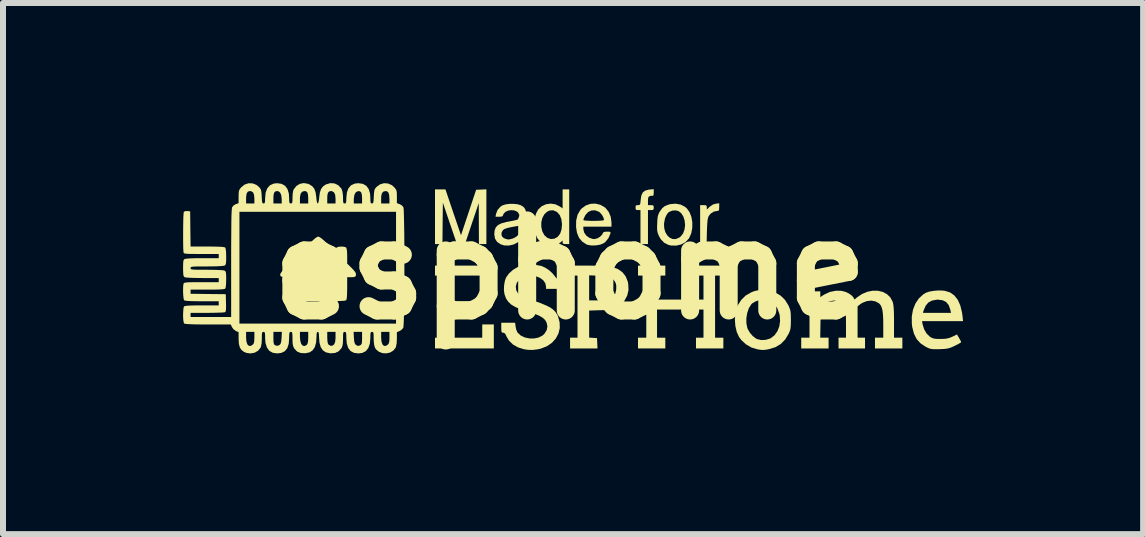
<source format=kicad_pcb>
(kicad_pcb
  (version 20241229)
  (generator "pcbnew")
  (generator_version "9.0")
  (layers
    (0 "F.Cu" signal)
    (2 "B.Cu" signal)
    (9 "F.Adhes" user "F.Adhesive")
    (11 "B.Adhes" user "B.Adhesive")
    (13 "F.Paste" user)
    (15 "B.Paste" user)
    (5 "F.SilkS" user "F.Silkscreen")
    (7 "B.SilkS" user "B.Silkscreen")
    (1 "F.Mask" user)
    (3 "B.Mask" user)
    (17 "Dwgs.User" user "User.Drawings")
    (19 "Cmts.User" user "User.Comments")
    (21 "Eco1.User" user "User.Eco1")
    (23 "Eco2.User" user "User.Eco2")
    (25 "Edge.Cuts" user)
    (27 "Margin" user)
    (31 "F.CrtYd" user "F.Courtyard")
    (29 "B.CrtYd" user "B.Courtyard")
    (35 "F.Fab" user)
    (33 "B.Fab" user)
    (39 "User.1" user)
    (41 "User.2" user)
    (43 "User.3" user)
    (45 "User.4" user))
  (footprint "esphome"
    (layer "F.Cu")
    (at 6.447 1.444)
    (property "Reference" "esphome" (at 0 0 0) (layer "F.SilkS") (effects (font (size 1.5 1.5) (thickness 0.3))))
    (attr board_only exclude_from_pos_files exclude_from_bom)
    (fp_poly (pts (xy -1.394 -0.884) (xy -1.394 -0.428) (xy -1.456 -0.428) (xy -1.518 -0.428) (xy -1.52 -0.77) (xy -1.521 -1.111) (xy -1.635 -0.773) (xy -1.748 -0.435) (xy -1.816 -0.431) (xy -1.884 -0.427) (xy -2.002 -0.772) (xy -2.119 -1.118) (xy -2.123 -0.773) (xy -2.126 -0.428) (xy -2.188 -0.428) (xy -2.25 -0.428) (xy -2.25 -0.883) (xy -2.25 -1.339) (xy -2.163 -1.339) (xy -2.076 -1.339) (xy -1.947 -0.957) (xy -1.817 -0.575) (xy -1.691 -0.953) (xy -1.565 -1.332) (xy -1.479 -1.336) (xy -1.394 -1.34)) (stroke (width 0) (type solid)) (fill yes) (layer "F.SilkS"))
    (fp_poly (pts (xy 2.485 -1.044) (xy 2.483 -1.005) (xy 2.477 -0.986) (xy 2.461 -0.98) (xy 2.45 -0.98) (xy 2.393 -0.968) (xy 2.341 -0.934) (xy 2.31 -0.894) (xy 2.3 -0.869) (xy 2.292 -0.835) (xy 2.287 -0.786) (xy 2.283 -0.719) (xy 2.28 -0.638) (xy 2.275 -0.428) (xy 2.221 -0.428) (xy 2.167 -0.428) (xy 2.167 -0.752) (xy 2.167 -1.077) (xy 2.223 -1.077) (xy 2.258 -1.075) (xy 2.274 -1.066) (xy 2.278 -1.045) (xy 2.278 -1.04) (xy 2.278 -1.002) (xy 2.324 -1.048) (xy 2.381 -1.087) (xy 2.428 -1.1) (xy 2.485 -1.108)) (stroke (width 0) (type solid)) (fill yes) (layer "F.SilkS"))
    (fp_poly (pts (xy -1.27 0.131) (xy -1.27 0.331) (xy -1.367 0.331) (xy -1.463 0.331) (xy -1.463 0.214) (xy -1.463 0.097) (xy -1.698 0.097) (xy -1.933 0.097) (xy -1.933 0.311) (xy -1.933 0.525) (xy -1.726 0.525) (xy -1.518 0.525) (xy -1.518 0.607) (xy -1.518 0.69) (xy -1.726 0.69) (xy -1.933 0.69) (xy -1.933 0.911) (xy -1.933 1.132) (xy -1.698 1.132) (xy -1.463 1.132) (xy -1.463 1.022) (xy -1.463 0.911) (xy -1.367 0.911) (xy -1.27 0.911) (xy -1.27 1.111) (xy -1.27 1.311) (xy -1.76 1.311) (xy -2.25 1.311) (xy -2.25 1.222) (xy -2.25 1.132) (xy -2.188 1.132) (xy -2.126 1.132) (xy -2.126 0.614) (xy -2.126 0.097) (xy -2.188 0.097) (xy -2.25 0.097) (xy -2.25 0.014) (xy -2.25 -0.069) (xy -1.76 -0.069) (xy -1.27 -0.069)) (stroke (width 0) (type solid)) (fill yes) (layer "F.SilkS"))
    (fp_poly (pts (xy 1.394 -1.284) (xy 1.391 -1.246) (xy 1.382 -1.232) (xy 1.377 -1.232) (xy 1.351 -1.233) (xy 1.329 -1.227) (xy 1.31 -1.216) (xy 1.301 -1.196) (xy 1.298 -1.158) (xy 1.298 -1.146) (xy 1.298 -1.077) (xy 1.346 -1.077) (xy 1.378 -1.074) (xy 1.392 -1.063) (xy 1.394 -1.035) (xy 1.392 -1.008) (xy 1.378 -0.996) (xy 1.346 -0.994) (xy 1.298 -0.994) (xy 1.298 -0.711) (xy 1.298 -0.428) (xy 1.235 -0.428) (xy 1.173 -0.428) (xy 1.173 -0.711) (xy 1.173 -0.994) (xy 1.132 -0.994) (xy 1.103 -0.997) (xy 1.092 -1.013) (xy 1.091 -1.035) (xy 1.094 -1.065) (xy 1.11 -1.076) (xy 1.13 -1.077) (xy 1.151 -1.078) (xy 1.164 -1.086) (xy 1.171 -1.107) (xy 1.175 -1.147) (xy 1.177 -1.168) (xy 1.188 -1.239) (xy 1.212 -1.288) (xy 1.251 -1.318) (xy 1.308 -1.334) (xy 1.324 -1.336) (xy 1.394 -1.343)) (stroke (width 0) (type solid)) (fill yes) (layer "F.SilkS"))
    (fp_poly (pts (xy -0.014 -0.883) (xy -0.014 -0.428) (xy -0.069 -0.428) (xy -0.105 -0.43) (xy -0.121 -0.439) (xy -0.124 -0.458) (xy -0.124 -0.488) (xy -0.155 -0.459) (xy -0.216 -0.42) (xy -0.289 -0.402) (xy -0.367 -0.405) (xy -0.436 -0.427) (xy -0.5 -0.468) (xy -0.547 -0.529) (xy -0.581 -0.61) (xy -0.601 -0.712) (xy -0.601 -0.715) (xy -0.479 -0.715) (xy -0.463 -0.641) (xy -0.429 -0.577) (xy -0.426 -0.574) (xy -0.378 -0.531) (xy -0.321 -0.512) (xy -0.263 -0.517) (xy -0.209 -0.546) (xy -0.166 -0.599) (xy -0.142 -0.671) (xy -0.134 -0.761) (xy -0.145 -0.843) (xy -0.172 -0.911) (xy -0.215 -0.96) (xy -0.227 -0.968) (xy -0.283 -0.991) (xy -0.339 -0.987) (xy -0.382 -0.967) (xy -0.429 -0.923) (xy -0.462 -0.862) (xy -0.479 -0.79) (xy -0.479 -0.715) (xy -0.601 -0.715) (xy -0.602 -0.783) (xy -0.589 -0.862) (xy -0.566 -0.937) (xy -0.535 -0.997) (xy -0.53 -1.004) (xy -0.473 -1.058) (xy -0.402 -1.091) (xy -0.324 -1.102) (xy -0.246 -1.091) (xy -0.174 -1.056) (xy -0.124 -1.022) (xy -0.124 -1.181) (xy -0.124 -1.339) (xy -0.069 -1.339) (xy -0.014 -1.339)) (stroke (width 0) (type solid)) (fill yes) (layer "F.SilkS"))
    (fp_poly (pts (xy 1.587 0.014) (xy 1.587 0.097) (xy 1.518 0.097) (xy 1.449 0.097) (xy 1.449 0.297) (xy 1.449 0.497) (xy 1.836 0.497) (xy 2.223 0.497) (xy 2.223 0.297) (xy 2.223 0.097) (xy 2.16 0.097) (xy 2.098 0.097) (xy 2.098 0.014) (xy 2.098 -0.069) (xy 2.326 -0.069) (xy 2.554 -0.069) (xy 2.554 0.014) (xy 2.554 0.097) (xy 2.485 0.097) (xy 2.416 0.097) (xy 2.416 0.614) (xy 2.416 1.132) (xy 2.485 1.132) (xy 2.554 1.132) (xy 2.554 1.222) (xy 2.554 1.311) (xy 2.326 1.311) (xy 2.098 1.311) (xy 2.098 1.222) (xy 2.098 1.132) (xy 2.16 1.132) (xy 2.223 1.132) (xy 2.223 0.897) (xy 2.223 0.663) (xy 1.836 0.663) (xy 1.449 0.663) (xy 1.449 0.897) (xy 1.449 1.132) (xy 1.518 1.132) (xy 1.587 1.132) (xy 1.587 1.222) (xy 1.587 1.311) (xy 1.36 1.311) (xy 1.132 1.311) (xy 1.132 1.222) (xy 1.132 1.132) (xy 1.201 1.132) (xy 1.27 1.132) (xy 1.27 0.614) (xy 1.27 0.097) (xy 1.201 0.097) (xy 1.132 0.097) (xy 1.132 0.014) (xy 1.132 -0.069) (xy 1.36 -0.069) (xy 1.587 -0.069)) (stroke (width 0) (type solid)) (fill yes) (layer "F.SilkS"))
    (fp_poly (pts (xy 1.841 -1.086) (xy 1.914 -1.049) (xy 1.945 -1.023) (xy 1.991 -0.959) (xy 2.022 -0.879) (xy 2.037 -0.789) (xy 2.036 -0.696) (xy 2.019 -0.607) (xy 1.985 -0.53) (xy 1.977 -0.518) (xy 1.922 -0.46) (xy 1.85 -0.421) (xy 1.768 -0.402) (xy 1.681 -0.404) (xy 1.64 -0.414) (xy 1.569 -0.449) (xy 1.512 -0.508) (xy 1.481 -0.562) (xy 1.464 -0.601) (xy 1.455 -0.636) (xy 1.45 -0.675) (xy 1.45 -0.728) (xy 1.452 -0.765) (xy 1.565 -0.765) (xy 1.569 -0.692) (xy 1.587 -0.627) (xy 1.619 -0.573) (xy 1.66 -0.534) (xy 1.708 -0.512) (xy 1.76 -0.511) (xy 1.815 -0.533) (xy 1.842 -0.553) (xy 1.883 -0.605) (xy 1.907 -0.671) (xy 1.916 -0.744) (xy 1.909 -0.818) (xy 1.888 -0.886) (xy 1.852 -0.942) (xy 1.808 -0.977) (xy 1.759 -0.989) (xy 1.703 -0.985) (xy 1.652 -0.964) (xy 1.634 -0.951) (xy 1.611 -0.919) (xy 1.589 -0.874) (xy 1.579 -0.845) (xy 1.565 -0.765) (xy 1.452 -0.765) (xy 1.452 -0.771) (xy 1.455 -0.838) (xy 1.461 -0.886) (xy 1.471 -0.922) (xy 1.487 -0.956) (xy 1.494 -0.968) (xy 1.534 -1.024) (xy 1.579 -1.061) (xy 1.64 -1.085) (xy 1.67 -1.093) (xy 1.758 -1.101)) (stroke (width 0) (type solid)) (fill yes) (layer "F.SilkS"))
    (fp_poly (pts (xy 0.422 -0.068) (xy 0.513 -0.067) (xy 0.584 -0.063) (xy 0.638 -0.058) (xy 0.681 -0.052) (xy 0.698 -0.048) (xy 0.796 -0.012) (xy 0.871 0.04) (xy 0.926 0.109) (xy 0.961 0.196) (xy 0.969 0.237) (xy 0.974 0.338) (xy 0.952 0.431) (xy 0.907 0.514) (xy 0.838 0.583) (xy 0.763 0.63) (xy 0.728 0.646) (xy 0.695 0.658) (xy 0.659 0.665) (xy 0.612 0.67) (xy 0.548 0.673) (xy 0.501 0.674) (xy 0.318 0.68) (xy 0.318 0.905) (xy 0.318 1.13) (xy 0.383 1.135) (xy 0.449 1.139) (xy 0.453 1.225) (xy 0.457 1.311) (xy 0.228 1.311) (xy 0 1.311) (xy 0 1.222) (xy 0 1.132) (xy 0.062 1.132) (xy 0.124 1.132) (xy 0.124 0.614) (xy 0.124 0.097) (xy 0.062 0.097) (xy 0 0.097) (xy 0 0.093) (xy 0.318 0.093) (xy 0.318 0.302) (xy 0.318 0.511) (xy 0.47 0.511) (xy 0.557 0.509) (xy 0.619 0.503) (xy 0.657 0.493) (xy 0.66 0.491) (xy 0.718 0.451) (xy 0.753 0.4) (xy 0.769 0.332) (xy 0.769 0.321) (xy 0.77 0.266) (xy 0.761 0.225) (xy 0.747 0.197) (xy 0.719 0.161) (xy 0.684 0.135) (xy 0.637 0.117) (xy 0.573 0.106) (xy 0.488 0.1) (xy 0.473 0.099) (xy 0.318 0.093) (xy 0 0.093) (xy 0 0.014) (xy 0 -0.069) (xy 0.308 -0.069)) (stroke (width 0) (type solid)) (fill yes) (layer "F.SilkS"))
    (fp_poly (pts (xy 0.503 -1.083) (xy 0.578 -1.04) (xy 0.594 -1.026) (xy 0.644 -0.963) (xy 0.677 -0.883) (xy 0.69 -0.791) (xy 0.69 -0.777) (xy 0.69 -0.718) (xy 0.456 -0.718) (xy 0.221 -0.718) (xy 0.221 -0.68) (xy 0.234 -0.622) (xy 0.268 -0.571) (xy 0.319 -0.533) (xy 0.38 -0.513) (xy 0.405 -0.511) (xy 0.453 -0.522) (xy 0.499 -0.549) (xy 0.535 -0.586) (xy 0.545 -0.608) (xy 0.557 -0.625) (xy 0.582 -0.633) (xy 0.617 -0.635) (xy 0.655 -0.634) (xy 0.672 -0.628) (xy 0.674 -0.613) (xy 0.67 -0.597) (xy 0.64 -0.527) (xy 0.592 -0.467) (xy 0.557 -0.44) (xy 0.502 -0.418) (xy 0.433 -0.406) (xy 0.36 -0.404) (xy 0.297 -0.414) (xy 0.276 -0.421) (xy 0.203 -0.468) (xy 0.149 -0.533) (xy 0.115 -0.616) (xy 0.1 -0.712) (xy 0.102 -0.823) (xy 0.104 -0.829) (xy 0.221 -0.829) (xy 0.234 -0.822) (xy 0.274 -0.818) (xy 0.337 -0.815) (xy 0.393 -0.814) (xy 0.472 -0.816) (xy 0.527 -0.819) (xy 0.559 -0.824) (xy 0.566 -0.829) (xy 0.556 -0.87) (xy 0.531 -0.915) (xy 0.497 -0.954) (xy 0.481 -0.966) (xy 0.418 -0.99) (xy 0.357 -0.988) (xy 0.301 -0.962) (xy 0.257 -0.913) (xy 0.249 -0.899) (xy 0.232 -0.862) (xy 0.222 -0.835) (xy 0.221 -0.829) (xy 0.104 -0.829) (xy 0.126 -0.919) (xy 0.171 -0.996) (xy 0.192 -1.02) (xy 0.26 -1.07) (xy 0.339 -1.098) (xy 0.421 -1.102)) (stroke (width 0) (type solid)) (fill yes) (layer "F.SilkS"))
    (fp_poly (pts (xy 6.209 0.347) (xy 6.243 0.351) (xy 6.329 0.377) (xy 6.4 0.426) (xy 6.458 0.499) (xy 6.501 0.594) (xy 6.53 0.712) (xy 6.538 0.77) (xy 6.547 0.856) (xy 6.205 0.856) (xy 5.864 0.856) (xy 5.873 0.908) (xy 5.899 0.992) (xy 5.94 1.063) (xy 5.994 1.115) (xy 5.995 1.116) (xy 6.026 1.134) (xy 6.056 1.145) (xy 6.094 1.151) (xy 6.147 1.153) (xy 6.17 1.153) (xy 6.235 1.151) (xy 6.284 1.145) (xy 6.327 1.133) (xy 6.367 1.116) (xy 6.446 1.078) (xy 6.481 1.137) (xy 6.501 1.173) (xy 6.514 1.199) (xy 6.516 1.206) (xy 6.504 1.216) (xy 6.473 1.234) (xy 6.429 1.257) (xy 6.409 1.267) (xy 6.357 1.291) (xy 6.315 1.306) (xy 6.274 1.315) (xy 6.224 1.32) (xy 6.157 1.323) (xy 6.091 1.324) (xy 6.044 1.323) (xy 6.009 1.318) (xy 5.977 1.308) (xy 5.941 1.291) (xy 5.926 1.284) (xy 5.841 1.228) (xy 5.775 1.156) (xy 5.729 1.065) (xy 5.701 0.955) (xy 5.694 0.904) (xy 5.693 0.781) (xy 5.704 0.718) (xy 5.879 0.718) (xy 6.113 0.718) (xy 6.347 0.718) (xy 6.334 0.662) (xy 6.308 0.589) (xy 6.265 0.537) (xy 6.206 0.508) (xy 6.128 0.498) (xy 6.102 0.5) (xy 6.027 0.514) (xy 5.969 0.546) (xy 5.925 0.598) (xy 5.892 0.674) (xy 5.888 0.687) (xy 5.879 0.718) (xy 5.704 0.718) (xy 5.713 0.666) (xy 5.753 0.564) (xy 5.811 0.477) (xy 5.886 0.409) (xy 5.929 0.383) (xy 5.982 0.365) (xy 6.053 0.352) (xy 6.131 0.345)) (stroke (width 0) (type solid)) (fill yes) (layer "F.SilkS"))
    (fp_poly (pts (xy 3.282 0.341) (xy 3.331 0.347) (xy 3.375 0.36) (xy 3.417 0.378) (xy 3.509 0.432) (xy 3.581 0.502) (xy 3.636 0.591) (xy 3.64 0.599) (xy 3.657 0.639) (xy 3.669 0.675) (xy 3.675 0.714) (xy 3.678 0.764) (xy 3.679 0.834) (xy 3.679 0.835) (xy 3.678 0.906) (xy 3.675 0.957) (xy 3.669 0.996) (xy 3.657 1.031) (xy 3.643 1.064) (xy 3.584 1.162) (xy 3.51 1.237) (xy 3.419 1.291) (xy 3.311 1.323) (xy 3.307 1.324) (xy 3.256 1.333) (xy 3.219 1.336) (xy 3.184 1.335) (xy 3.138 1.328) (xy 3.119 1.325) (xy 3.021 1.295) (xy 2.93 1.242) (xy 2.853 1.171) (xy 2.814 1.118) (xy 2.777 1.036) (xy 2.754 0.938) (xy 2.746 0.833) (xy 2.748 0.806) (xy 2.937 0.806) (xy 2.938 0.894) (xy 2.954 0.973) (xy 2.96 0.987) (xy 2.995 1.048) (xy 3.043 1.104) (xy 3.096 1.145) (xy 3.113 1.154) (xy 3.182 1.171) (xy 3.259 1.168) (xy 3.332 1.146) (xy 3.342 1.141) (xy 3.405 1.093) (xy 3.454 1.025) (xy 3.486 0.944) (xy 3.499 0.853) (xy 3.493 0.759) (xy 3.486 0.731) (xy 3.452 0.639) (xy 3.402 0.57) (xy 3.337 0.523) (xy 3.258 0.5) (xy 3.216 0.498) (xy 3.153 0.506) (xy 3.089 0.528) (xy 3.037 0.559) (xy 3.02 0.575) (xy 2.98 0.638) (xy 2.952 0.718) (xy 2.937 0.806) (xy 2.748 0.806) (xy 2.754 0.729) (xy 2.776 0.635) (xy 2.793 0.594) (xy 2.853 0.501) (xy 2.926 0.429) (xy 3.015 0.378) (xy 3.064 0.358) (xy 3.11 0.346) (xy 3.162 0.341) (xy 3.216 0.34)) (stroke (width 0) (type solid)) (fill yes) (layer "F.SilkS"))
    (fp_poly (pts (xy -4.174 -0.545) (xy -4.142 -0.523) (xy -4.097 -0.485) (xy -4.036 -0.427) (xy -4.035 -0.425) (xy -3.98 -0.372) (xy -3.942 -0.338) (xy -3.919 -0.321) (xy -3.908 -0.32) (xy -3.907 -0.325) (xy -3.899 -0.357) (xy -3.89 -0.37) (xy -3.865 -0.381) (xy -3.824 -0.386) (xy -3.779 -0.385) (xy -3.743 -0.377) (xy -3.73 -0.37) (xy -3.721 -0.346) (xy -3.715 -0.299) (xy -3.713 -0.23) (xy -3.713 -0.228) (xy -3.713 -0.102) (xy -3.65 -0.041) (xy -3.604 0.007) (xy -3.577 0.042) (xy -3.566 0.07) (xy -3.568 0.096) (xy -3.569 0.097) (xy -3.579 0.114) (xy -3.602 0.122) (xy -3.645 0.124) (xy -3.645 0.124) (xy -3.713 0.124) (xy -3.713 0.308) (xy -3.715 0.397) (xy -3.718 0.46) (xy -3.725 0.498) (xy -3.73 0.508) (xy -3.743 0.513) (xy -3.773 0.517) (xy -3.821 0.52) (xy -3.889 0.522) (xy -3.98 0.524) (xy -4.095 0.524) (xy -4.198 0.525) (xy -4.324 0.524) (xy -4.425 0.524) (xy -4.504 0.523) (xy -4.564 0.521) (xy -4.607 0.519) (xy -4.637 0.516) (xy -4.657 0.511) (xy -4.668 0.506) (xy -4.672 0.503) (xy -4.681 0.488) (xy -4.687 0.463) (xy -4.691 0.424) (xy -4.693 0.365) (xy -4.693 0.303) (xy -4.693 0.126) (xy -4.759 0.122) (xy -4.8 0.117) (xy -4.82 0.108) (xy -4.828 0.09) (xy -4.829 0.084) (xy -4.828 0.072) (xy -4.818 0.054) (xy -4.8 0.028) (xy -4.77 -0.006) (xy -4.727 -0.052) (xy -4.67 -0.112) (xy -4.595 -0.188) (xy -4.533 -0.251) (xy -4.442 -0.341) (xy -4.369 -0.412) (xy -4.311 -0.467) (xy -4.266 -0.507) (xy -4.234 -0.534) (xy -4.211 -0.548) (xy -4.197 -0.552)) (stroke (width 0) (type solid)) (fill yes) (layer "F.SilkS"))
    (fp_poly (pts (xy -0.88 -1.092) (xy -0.827 -1.077) (xy -0.818 -1.073) (xy -0.786 -1.054) (xy -0.763 -1.033) (xy -0.746 -1.005) (xy -0.734 -0.968) (xy -0.727 -0.915) (xy -0.723 -0.844) (xy -0.72 -0.75) (xy -0.72 -0.743) (xy -0.715 -0.511) (xy -0.681 -0.502) (xy -0.658 -0.491) (xy -0.651 -0.469) (xy -0.652 -0.45) (xy -0.657 -0.422) (xy -0.673 -0.408) (xy -0.706 -0.403) (xy -0.709 -0.403) (xy -0.756 -0.406) (xy -0.797 -0.422) (xy -0.823 -0.446) (xy -0.828 -0.464) (xy -0.832 -0.476) (xy -0.846 -0.472) (xy -0.866 -0.459) (xy -0.94 -0.421) (xy -1.019 -0.403) (xy -1.097 -0.405) (xy -1.159 -0.425) (xy -1.216 -0.465) (xy -1.25 -0.518) (xy -1.26 -0.577) (xy -1.142 -0.577) (xy -1.128 -0.548) (xy -1.103 -0.527) (xy -1.064 -0.511) (xy -1.027 -0.504) (xy -1.015 -0.505) (xy -0.992 -0.51) (xy -0.964 -0.517) (xy -0.929 -0.531) (xy -0.89 -0.556) (xy -0.885 -0.56) (xy -0.858 -0.586) (xy -0.846 -0.614) (xy -0.842 -0.654) (xy -0.842 -0.665) (xy -0.842 -0.735) (xy -0.894 -0.726) (xy -0.975 -0.711) (xy -1.034 -0.698) (xy -1.074 -0.686) (xy -1.102 -0.673) (xy -1.116 -0.662) (xy -1.141 -0.622) (xy -1.142 -0.577) (xy -1.26 -0.577) (xy -1.262 -0.587) (xy -1.262 -0.597) (xy -1.256 -0.659) (xy -1.236 -0.708) (xy -1.2 -0.745) (xy -1.144 -0.773) (xy -1.065 -0.795) (xy -1 -0.807) (xy -0.944 -0.818) (xy -0.897 -0.829) (xy -0.867 -0.84) (xy -0.862 -0.843) (xy -0.844 -0.874) (xy -0.845 -0.913) (xy -0.864 -0.951) (xy -0.878 -0.965) (xy -0.923 -0.987) (xy -0.976 -0.993) (xy -1.03 -0.986) (xy -1.076 -0.965) (xy -1.106 -0.934) (xy -1.113 -0.918) (xy -1.122 -0.896) (xy -1.14 -0.886) (xy -1.177 -0.883) (xy -1.181 -0.883) (xy -1.242 -0.883) (xy -1.234 -0.928) (xy -1.208 -0.996) (xy -1.159 -1.051) (xy -1.131 -1.07) (xy -1.082 -1.087) (xy -1.018 -1.097) (xy -0.947 -1.098)) (stroke (width 0) (type solid)) (fill yes) (layer "F.SilkS"))
    (fp_poly (pts (xy 4.518 0.351) (xy 4.585 0.367) (xy 4.647 0.396) (xy 4.697 0.433) (xy 4.722 0.464) (xy 4.739 0.496) (xy 4.78 0.461) (xy 4.864 0.404) (xy 4.952 0.367) (xy 5.042 0.349) (xy 5.128 0.35) (xy 5.209 0.369) (xy 5.279 0.406) (xy 5.335 0.46) (xy 5.373 0.53) (xy 5.377 0.542) (xy 5.385 0.58) (xy 5.391 0.631) (xy 5.395 0.699) (xy 5.397 0.788) (xy 5.397 0.872) (xy 5.397 1.132) (xy 5.467 1.132) (xy 5.536 1.132) (xy 5.536 1.222) (xy 5.536 1.311) (xy 5.308 1.311) (xy 5.08 1.311) (xy 5.08 1.222) (xy 5.08 1.132) (xy 5.149 1.132) (xy 5.218 1.132) (xy 5.218 0.932) (xy 5.217 0.823) (xy 5.212 0.737) (xy 5.204 0.672) (xy 5.19 0.623) (xy 5.172 0.587) (xy 5.148 0.56) (xy 5.148 0.56) (xy 5.088 0.527) (xy 5.017 0.514) (xy 4.942 0.523) (xy 4.868 0.552) (xy 4.835 0.574) (xy 4.79 0.609) (xy 4.79 0.87) (xy 4.79 1.132) (xy 4.852 1.132) (xy 4.914 1.132) (xy 4.914 1.222) (xy 4.914 1.311) (xy 4.693 1.311) (xy 4.473 1.311) (xy 4.473 1.222) (xy 4.473 1.132) (xy 4.535 1.132) (xy 4.597 1.132) (xy 4.597 0.894) (xy 4.596 0.804) (xy 4.595 0.737) (xy 4.592 0.689) (xy 4.588 0.654) (xy 4.581 0.629) (xy 4.572 0.608) (xy 4.529 0.556) (xy 4.472 0.524) (xy 4.404 0.513) (xy 4.33 0.522) (xy 4.254 0.554) (xy 4.242 0.561) (xy 4.176 0.602) (xy 4.172 0.867) (xy 4.168 1.132) (xy 4.238 1.132) (xy 4.307 1.132) (xy 4.307 1.222) (xy 4.307 1.311) (xy 4.079 1.311) (xy 3.851 1.311) (xy 3.851 1.222) (xy 3.851 1.132) (xy 3.92 1.132) (xy 3.989 1.132) (xy 3.989 0.828) (xy 3.989 0.525) (xy 3.92 0.525) (xy 3.851 0.525) (xy 3.851 0.442) (xy 3.851 0.359) (xy 4.01 0.359) (xy 4.169 0.359) (xy 4.169 0.407) (xy 4.169 0.455) (xy 4.233 0.414) (xy 4.327 0.37) (xy 4.431 0.349)) (stroke (width 0) (type solid)) (fill yes) (layer "F.SilkS"))
    (fp_poly (pts (xy -0.554 -0.078) (xy -0.482 -0.064) (xy -0.48 -0.064) (xy -0.418 -0.037) (xy -0.353 0.005) (xy -0.296 0.056) (xy -0.254 0.107) (xy -0.249 0.116) (xy -0.222 0.146) (xy -0.198 0.152) (xy -0.18 0.154) (xy -0.17 0.164) (xy -0.166 0.19) (xy -0.166 0.235) (xy -0.166 0.318) (xy -0.283 0.318) (xy -0.4 0.318) (xy -0.4 0.28) (xy -0.413 0.223) (xy -0.447 0.175) (xy -0.498 0.137) (xy -0.56 0.111) (xy -0.63 0.097) (xy -0.701 0.098) (xy -0.768 0.114) (xy -0.828 0.147) (xy -0.844 0.161) (xy -0.887 0.217) (xy -0.904 0.279) (xy -0.897 0.34) (xy -0.865 0.397) (xy -0.842 0.419) (xy -0.813 0.437) (xy -0.763 0.459) (xy -0.697 0.485) (xy -0.621 0.512) (xy -0.604 0.517) (xy -0.491 0.556) (xy -0.402 0.593) (xy -0.332 0.628) (xy -0.28 0.665) (xy -0.241 0.705) (xy -0.212 0.751) (xy -0.202 0.774) (xy -0.174 0.874) (xy -0.171 0.97) (xy -0.193 1.062) (xy -0.237 1.145) (xy -0.301 1.216) (xy -0.384 1.274) (xy -0.484 1.313) (xy -0.531 1.324) (xy -0.622 1.336) (xy -0.704 1.334) (xy -0.769 1.324) (xy -0.865 1.294) (xy -0.949 1.247) (xy -1.015 1.184) (xy -1.06 1.111) (xy -1.064 1.099) (xy -1.082 1.064) (xy -1.104 1.05) (xy -1.114 1.049) (xy -1.132 1.047) (xy -1.141 1.036) (xy -1.145 1.01) (xy -1.146 0.966) (xy -1.146 0.883) (xy -1.03 0.883) (xy -0.915 0.883) (xy -0.907 0.947) (xy -0.897 0.995) (xy -0.88 1.037) (xy -0.874 1.047) (xy -0.823 1.095) (xy -0.757 1.127) (xy -0.68 1.144) (xy -0.601 1.145) (xy -0.526 1.13) (xy -0.462 1.098) (xy -0.43 1.07) (xy -0.39 1.008) (xy -0.377 0.943) (xy -0.391 0.88) (xy -0.415 0.838) (xy -0.453 0.802) (xy -0.507 0.769) (xy -0.581 0.737) (xy -0.678 0.704) (xy -0.707 0.696) (xy -0.821 0.659) (xy -0.911 0.621) (xy -0.98 0.58) (xy -1.031 0.532) (xy -1.067 0.477) (xy -1.091 0.411) (xy -1.092 0.409) (xy -1.102 0.34) (xy -1.099 0.261) (xy -1.086 0.185) (xy -1.066 0.129) (xy -1.018 0.062) (xy -0.95 0.001) (xy -0.871 -0.046) (xy -0.87 -0.046) (xy -0.807 -0.066) (xy -0.727 -0.078) (xy -0.639 -0.082)) (stroke (width 0) (type solid)) (fill yes) (layer "F.SilkS"))
    (fp_poly (pts (xy -4.366 -1.432) (xy -4.345 -1.423) (xy -4.295 -1.392) (xy -4.261 -1.35) (xy -4.24 -1.292) (xy -4.228 -1.213) (xy -4.228 -1.207) (xy -4.221 -1.145) (xy -4.211 -1.111) (xy -4.201 -1.104) (xy -4.201 -1.104) (xy -4.045 -1.104) (xy -3.976 -1.104) (xy -3.907 -1.104) (xy -3.907 -1.183) (xy -3.913 -1.249) (xy -3.934 -1.291) (xy -3.968 -1.31) (xy -3.982 -1.311) (xy -4.013 -1.305) (xy -4.033 -1.283) (xy -4.043 -1.242) (xy -4.045 -1.191) (xy -4.045 -1.104) (xy -4.201 -1.104) (xy -4.191 -1.124) (xy -4.182 -1.172) (xy -4.179 -1.207) (xy -4.168 -1.288) (xy -4.147 -1.347) (xy -4.114 -1.39) (xy -4.066 -1.422) (xy -4.062 -1.423) (xy -3.993 -1.443) (xy -3.924 -1.438) (xy -3.863 -1.409) (xy -3.815 -1.359) (xy -3.803 -1.338) (xy -3.791 -1.298) (xy -3.784 -1.24) (xy -3.782 -1.202) (xy -3.782 -1.151) (xy -3.778 -1.121) (xy -3.771 -1.108) (xy -3.757 -1.104) (xy -3.755 -1.104) (xy -3.603 -1.104) (xy -3.534 -1.104) (xy -3.465 -1.104) (xy -3.465 -1.192) (xy -3.469 -1.253) (xy -3.481 -1.291) (xy -3.504 -1.308) (xy -3.536 -1.309) (xy -3.569 -1.291) (xy -3.592 -1.25) (xy -3.602 -1.189) (xy -3.603 -1.17) (xy -3.603 -1.104) (xy -3.755 -1.104) (xy -3.74 -1.107) (xy -3.732 -1.12) (xy -3.728 -1.148) (xy -3.727 -1.195) (xy -3.718 -1.287) (xy -3.692 -1.357) (xy -3.649 -1.407) (xy -3.588 -1.435) (xy -3.527 -1.442) (xy -3.452 -1.431) (xy -3.395 -1.399) (xy -3.355 -1.345) (xy -3.332 -1.27) (xy -3.327 -1.195) (xy -3.326 -1.146) (xy -3.322 -1.118) (xy -3.313 -1.107) (xy -3.301 -1.104) (xy -3.147 -1.104) (xy -3.078 -1.104) (xy -3.009 -1.104) (xy -3.009 -1.181) (xy -3.014 -1.247) (xy -3.027 -1.288) (xy -3.052 -1.308) (xy -3.071 -1.311) (xy -3.109 -1.303) (xy -3.134 -1.276) (xy -3.146 -1.228) (xy -3.147 -1.186) (xy -3.147 -1.104) (xy -3.301 -1.104) (xy -3.288 -1.107) (xy -3.279 -1.119) (xy -3.274 -1.146) (xy -3.271 -1.193) (xy -3.27 -1.221) (xy -3.266 -1.279) (xy -3.261 -1.318) (xy -3.252 -1.345) (xy -3.236 -1.367) (xy -3.224 -1.38) (xy -3.165 -1.423) (xy -3.099 -1.442) (xy -3.032 -1.437) (xy -2.968 -1.409) (xy -2.928 -1.373) (xy -2.906 -1.346) (xy -2.893 -1.321) (xy -2.887 -1.29) (xy -2.885 -1.243) (xy -2.885 -1.217) (xy -2.885 -1.11) (xy -2.839 -1.093) (xy -2.802 -1.072) (xy -2.777 -1.042) (xy -2.777 -1.041) (xy -2.773 -1.02) (xy -2.77 -0.974) (xy -2.768 -0.906) (xy -2.766 -0.819) (xy -2.764 -0.715) (xy -2.762 -0.598) (xy -2.761 -0.469) (xy -2.76 -0.332) (xy -2.76 -0.189) (xy -2.76 -0.044) (xy -2.76 0.102) (xy -2.761 0.245) (xy -2.762 0.383) (xy -2.763 0.512) (xy -2.765 0.631) (xy -2.767 0.736) (xy -2.769 0.825) (xy -2.772 0.894) (xy -2.775 0.942) (xy -2.778 0.965) (xy -2.778 0.966) (xy -2.803 0.996) (xy -2.839 1.02) (xy -2.84 1.021) (xy -2.885 1.04) (xy -2.885 1.149) (xy -2.889 1.228) (xy -2.901 1.285) (xy -2.906 1.299) (xy -2.946 1.348) (xy -3 1.38) (xy -3.062 1.393) (xy -3.126 1.389) (xy -3.185 1.366) (xy -3.233 1.326) (xy -3.25 1.299) (xy -3.264 1.251) (xy -3.271 1.178) (xy -3.272 1.146) (xy -3.272 1.091) (xy -3.275 1.058) (xy -3.281 1.041) (xy -3.292 1.036) (xy -3.299 1.035) (xy -3.147 1.035) (xy -3.147 1.127) (xy -3.142 1.195) (xy -3.126 1.243) (xy -3.101 1.268) (xy -3.069 1.269) (xy -3.035 1.247) (xy -3.02 1.227) (xy -3.012 1.196) (xy -3.009 1.147) (xy -3.009 1.13) (xy -3.009 1.035) (xy -3.078 1.035) (xy -3.147 1.035) (xy -3.299 1.035) (xy -3.314 1.038) (xy -3.322 1.049) (xy -3.326 1.076) (xy -3.327 1.123) (xy -3.327 1.135) (xy -3.335 1.23) (xy -3.361 1.304) (xy -3.403 1.356) (xy -3.462 1.386) (xy -3.527 1.394) (xy -3.601 1.384) (xy -3.658 1.353) (xy -3.697 1.301) (xy -3.72 1.227) (xy -3.727 1.139) (xy -3.728 1.086) (xy -3.731 1.055) (xy -3.738 1.04) (xy -3.75 1.036) (xy -3.755 1.035) (xy -3.606 1.035) (xy -3.601 1.133) (xy -3.596 1.19) (xy -3.587 1.225) (xy -3.574 1.246) (xy -3.569 1.251) (xy -3.539 1.268) (xy -3.513 1.266) (xy -3.492 1.256) (xy -3.478 1.244) (xy -3.469 1.224) (xy -3.466 1.189) (xy -3.465 1.138) (xy -3.465 1.035) (xy -3.535 1.035) (xy -3.606 1.035) (xy -3.755 1.035) (xy -3.768 1.038) (xy -3.777 1.048) (xy -3.781 1.072) (xy -3.782 1.115) (xy -3.782 1.149) (xy -3.784 1.215) (xy -3.79 1.26) (xy -3.802 1.295) (xy -3.809 1.307) (xy -3.854 1.358) (xy -3.913 1.386) (xy -3.989 1.392) (xy -4 1.391) (xy -4.068 1.376) (xy -4.119 1.342) (xy -4.154 1.289) (xy -4.175 1.213) (xy -4.182 1.115) (xy -4.182 1.115) (xy -4.184 1.068) (xy -4.191 1.043) (xy -4.202 1.035) (xy -4.203 1.035) (xy -4.045 1.035) (xy -4.045 1.131) (xy -4.042 1.192) (xy -4.034 1.23) (xy -4.023 1.248) (xy -3.988 1.268) (xy -3.952 1.262) (xy -3.928 1.239) (xy -3.913 1.2) (xy -3.907 1.137) (xy -3.907 1.122) (xy -3.907 1.035) (xy -3.976 1.035) (xy -4.045 1.035) (xy -4.203 1.035) (xy -4.216 1.042) (xy -4.222 1.065) (xy -4.224 1.111) (xy -4.224 1.115) (xy -4.231 1.213) (xy -4.252 1.288) (xy -4.288 1.342) (xy -4.339 1.376) (xy -4.407 1.391) (xy -4.407 1.391) (xy -4.485 1.388) (xy -4.546 1.363) (xy -4.592 1.315) (xy -4.597 1.307) (xy -4.612 1.276) (xy -4.621 1.236) (xy -4.624 1.18) (xy -4.624 1.149) (xy -4.625 1.093) (xy -4.628 1.059) (xy -4.633 1.042) (xy -4.644 1.036) (xy -4.652 1.035) (xy -4.5 1.035) (xy -4.5 1.122) (xy -4.494 1.188) (xy -4.478 1.237) (xy -4.453 1.265) (xy -4.423 1.271) (xy -4.389 1.253) (xy -4.384 1.248) (xy -4.371 1.224) (xy -4.364 1.181) (xy -4.362 1.131) (xy -4.362 1.035) (xy -4.431 1.035) (xy -4.5 1.035) (xy -4.652 1.035) (xy -4.666 1.038) (xy -4.674 1.049) (xy -4.678 1.074) (xy -4.68 1.119) (xy -4.68 1.14) (xy -4.687 1.234) (xy -4.711 1.306) (xy -4.751 1.356) (xy -4.809 1.385) (xy -4.879 1.394) (xy -4.953 1.383) (xy -5.01 1.351) (xy -5.05 1.296) (xy -5.074 1.219) (xy -5.08 1.135) (xy -5.081 1.083) (xy -5.084 1.053) (xy -5.091 1.039) (xy -5.104 1.035) (xy -5.108 1.035) (xy -4.942 1.035) (xy -4.942 1.138) (xy -4.941 1.194) (xy -4.936 1.228) (xy -4.927 1.248) (xy -4.918 1.255) (xy -4.883 1.268) (xy -4.852 1.26) (xy -4.838 1.251) (xy -4.823 1.233) (xy -4.813 1.203) (xy -4.808 1.153) (xy -4.806 1.133) (xy -4.801 1.035) (xy -4.871 1.035) (xy -4.942 1.035) (xy -5.108 1.035) (xy -5.121 1.038) (xy -5.13 1.048) (xy -5.134 1.073) (xy -5.135 1.116) (xy -5.135 1.146) (xy -5.139 1.228) (xy -5.151 1.285) (xy -5.157 1.299) (xy -5.197 1.349) (xy -5.255 1.382) (xy -5.325 1.394) (xy -5.328 1.394) (xy -5.388 1.386) (xy -5.435 1.367) (xy -5.476 1.334) (xy -5.502 1.292) (xy -5.517 1.234) (xy -5.522 1.155) (xy -5.522 1.149) (xy -5.522 1.04) (xy -5.533 1.035) (xy -5.397 1.035) (xy -5.397 1.127) (xy -5.392 1.195) (xy -5.376 1.243) (xy -5.351 1.268) (xy -5.319 1.269) (xy -5.285 1.247) (xy -5.27 1.227) (xy -5.262 1.196) (xy -5.26 1.147) (xy -5.259 1.13) (xy -5.259 1.035) (xy -5.328 1.035) (xy -5.397 1.035) (xy -5.533 1.035) (xy -5.567 1.021) (xy -5.608 0.991) (xy -5.632 0.956) (xy -5.653 0.912) (xy -6.033 0.911) (xy -6.157 0.911) (xy -6.255 0.91) (xy -6.329 0.907) (xy -6.382 0.904) (xy -6.414 0.9) (xy -6.43 0.895) (xy -6.43 0.895) (xy -6.438 0.872) (xy -6.444 0.831) (xy -6.447 0.777) (xy -6.446 0.721) (xy -6.443 0.668) (xy -6.438 0.629) (xy -6.43 0.61) (xy -6.414 0.604) (xy -6.378 0.599) (xy -6.32 0.596) (xy -6.238 0.594) (xy -6.133 0.594) (xy -5.853 0.594) (xy -5.853 0.559) (xy -5.853 0.525) (xy -6.133 0.525) (xy -6.24 0.524) (xy -6.321 0.522) (xy -6.378 0.519) (xy -6.414 0.514) (xy -6.43 0.508) (xy -6.437 0.488) (xy -6.442 0.448) (xy -6.446 0.396) (xy -6.447 0.339) (xy -6.446 0.287) (xy -6.442 0.246) (xy -6.438 0.229) (xy -6.432 0.222) (xy -6.419 0.216) (xy -6.394 0.212) (xy -6.355 0.209) (xy -6.298 0.208) (xy -6.219 0.207) (xy -6.141 0.207) (xy -5.853 0.207) (xy -5.853 0.173) (xy -5.853 0.138) (xy -6.123 0.138) (xy -6.218 0.137) (xy -6.298 0.135) (xy -6.362 0.132) (xy -6.404 0.128) (xy -6.42 0.124) (xy -6.432 0.114) (xy -6.44 0.098) (xy -6.444 0.069) (xy -6.446 0.023) (xy -6.447 -0.028) (xy -6.446 -0.091) (xy -6.444 -0.133) (xy -6.439 -0.158) (xy -6.43 -0.172) (xy -6.42 -0.179) (xy -6.397 -0.184) (xy -6.35 -0.188) (xy -6.282 -0.191) (xy -6.199 -0.193) (xy -6.123 -0.193) (xy -5.853 -0.193) (xy -5.853 -0.228) (xy -5.853 -0.262) (xy -6.141 -0.262) (xy -6.239 -0.263) (xy -6.313 -0.263) (xy -6.365 -0.265) (xy -6.401 -0.268) (xy -6.423 -0.272) (xy -6.434 -0.278) (xy -6.438 -0.284) (xy -6.441 -0.306) (xy -6.444 -0.349) (xy -6.445 -0.411) (xy -6.446 -0.485) (xy -6.446 -0.566) (xy -6.446 -0.652) (xy -6.445 -0.735) (xy -6.444 -0.812) (xy -6.442 -0.879) (xy -6.439 -0.929) (xy -6.436 -0.958) (xy -6.435 -0.964) (xy -6.412 -0.976) (xy -6.376 -0.978) (xy -6.329 -0.973) (xy -6.326 -0.68) (xy -6.322 -0.387) (xy -6.042 -0.387) (xy -5.935 -0.386) (xy -5.854 -0.384) (xy -5.797 -0.381) (xy -5.761 -0.376) (xy -5.745 -0.37) (xy -5.737 -0.346) (xy -5.731 -0.298) (xy -5.729 -0.226) (xy -5.729 -0.219) (xy -5.729 -0.155) (xy -5.732 -0.114) (xy -5.737 -0.09) (xy -5.746 -0.076) (xy -5.756 -0.07) (xy -5.779 -0.065) (xy -5.826 -0.061) (xy -5.893 -0.057) (xy -5.977 -0.056) (xy -6.052 -0.055) (xy -6.145 -0.055) (xy -6.214 -0.055) (xy -6.262 -0.053) (xy -6.293 -0.05) (xy -6.311 -0.046) (xy -6.32 -0.04) (xy -6.322 -0.032) (xy -6.322 -0.028) (xy -6.321 -0.018) (xy -6.316 -0.011) (xy -6.302 -0.006) (xy -6.276 -0.003) (xy -6.235 -0.001) (xy -6.175 -0.000267) (xy -6.092 -0.000012) (xy -6.052 0) (xy -5.958 0.001) (xy -5.877 0.003) (xy -5.814 0.006) (xy -5.772 0.01) (xy -5.756 0.014) (xy -5.743 0.024) (xy -5.735 0.04) (xy -5.731 0.069) (xy -5.729 0.116) (xy -5.729 0.163) (xy -5.731 0.237) (xy -5.736 0.288) (xy -5.744 0.314) (xy -5.745 0.315) (xy -5.762 0.321) (xy -5.798 0.326) (xy -5.856 0.329) (xy -5.937 0.331) (xy -6.042 0.331) (xy -6.322 0.331) (xy -6.322 0.366) (xy -6.322 0.4) (xy -6.029 0.404) (xy -5.736 0.407) (xy -5.732 0.551) (xy -5.731 0.622) (xy -5.733 0.67) (xy -5.739 0.697) (xy -5.746 0.706) (xy -5.764 0.71) (xy -5.806 0.713) (xy -5.867 0.715) (xy -5.941 0.717) (xy -6.026 0.718) (xy -6.043 0.718) (xy -6.322 0.718) (xy -6.322 0.752) (xy -6.322 0.787) (xy -5.984 0.787) (xy -5.646 0.787) (xy -5.646 -0.11) (xy -5.646 -0.307) (xy -5.645 -0.478) (xy -5.644 -0.624) (xy -5.643 -0.746) (xy -5.642 -0.845) (xy -5.64 -0.923) (xy -5.638 -0.966) (xy -5.508 -0.966) (xy -5.508 -0.035) (xy -5.508 0.897) (xy -4.203 0.897) (xy -2.899 0.897) (xy -2.899 -0.035) (xy -2.899 -0.966) (xy -4.203 -0.966) (xy -5.508 -0.966) (xy -5.638 -0.966) (xy -5.637 -0.98) (xy -5.634 -1.018) (xy -5.631 -1.039) (xy -5.63 -1.041) (xy -5.606 -1.071) (xy -5.569 -1.093) (xy -5.568 -1.093) (xy -5.537 -1.104) (xy -5.397 -1.104) (xy -5.328 -1.104) (xy -5.259 -1.104) (xy -5.259 -1.186) (xy -5.265 -1.249) (xy -5.281 -1.289) (xy -5.311 -1.308) (xy -5.336 -1.311) (xy -5.367 -1.302) (xy -5.387 -1.273) (xy -5.396 -1.222) (xy -5.397 -1.181) (xy -5.397 -1.104) (xy -5.537 -1.104) (xy -5.522 -1.11) (xy -5.522 -1.217) (xy -5.521 -1.273) (xy -5.517 -1.309) (xy -5.507 -1.336) (xy -5.489 -1.361) (xy -5.479 -1.373) (xy -5.422 -1.419) (xy -5.357 -1.441) (xy -5.289 -1.439) (xy -5.225 -1.414) (xy -5.183 -1.38) (xy -5.163 -1.356) (xy -5.15 -1.333) (xy -5.143 -1.301) (xy -5.139 -1.254) (xy -5.137 -1.221) (xy -5.134 -1.164) (xy -5.13 -1.129) (xy -5.123 -1.111) (xy -5.112 -1.105) (xy -5.106 -1.104) (xy -4.942 -1.104) (xy -4.873 -1.104) (xy -4.804 -1.104) (xy -4.804 -1.177) (xy -4.811 -1.242) (xy -4.831 -1.287) (xy -4.862 -1.309) (xy -4.878 -1.311) (xy -4.91 -1.305) (xy -4.93 -1.284) (xy -4.94 -1.243) (xy -4.942 -1.191) (xy -4.942 -1.104) (xy -5.106 -1.104) (xy -5.092 -1.108) (xy -5.084 -1.121) (xy -5.081 -1.151) (xy -5.08 -1.195) (xy -5.071 -1.287) (xy -5.044 -1.357) (xy -5 -1.407) (xy -4.939 -1.435) (xy -4.88 -1.442) (xy -4.805 -1.431) (xy -4.748 -1.399) (xy -4.708 -1.345) (xy -4.685 -1.27) (xy -4.68 -1.195) (xy -4.679 -1.146) (xy -4.675 -1.119) (xy -4.666 -1.107) (xy -4.652 -1.104) (xy -4.5 -1.104) (xy -4.431 -1.104) (xy -4.362 -1.104) (xy -4.362 -1.191) (xy -4.366 -1.252) (xy -4.377 -1.289) (xy -4.399 -1.308) (xy -4.423 -1.311) (xy -4.462 -1.301) (xy -4.488 -1.269) (xy -4.499 -1.213) (xy -4.5 -1.185) (xy -4.5 -1.104) (xy -4.652 -1.104) (xy -4.638 -1.107) (xy -4.629 -1.119) (xy -4.625 -1.145) (xy -4.624 -1.193) (xy -4.624 -1.202) (xy -4.621 -1.267) (xy -4.612 -1.318) (xy -4.604 -1.338) (xy -4.56 -1.395) (xy -4.503 -1.431) (xy -4.436 -1.444)) (stroke (width 0) (type solid)) (fill yes) (layer "F.SilkS")))
  (gr_rect
    (start -3 -3)
    (end 15.994 5.848)
    (stroke (width 0.1) (type default))
    (fill no)
    (layer "Edge.Cuts")))
</source>
